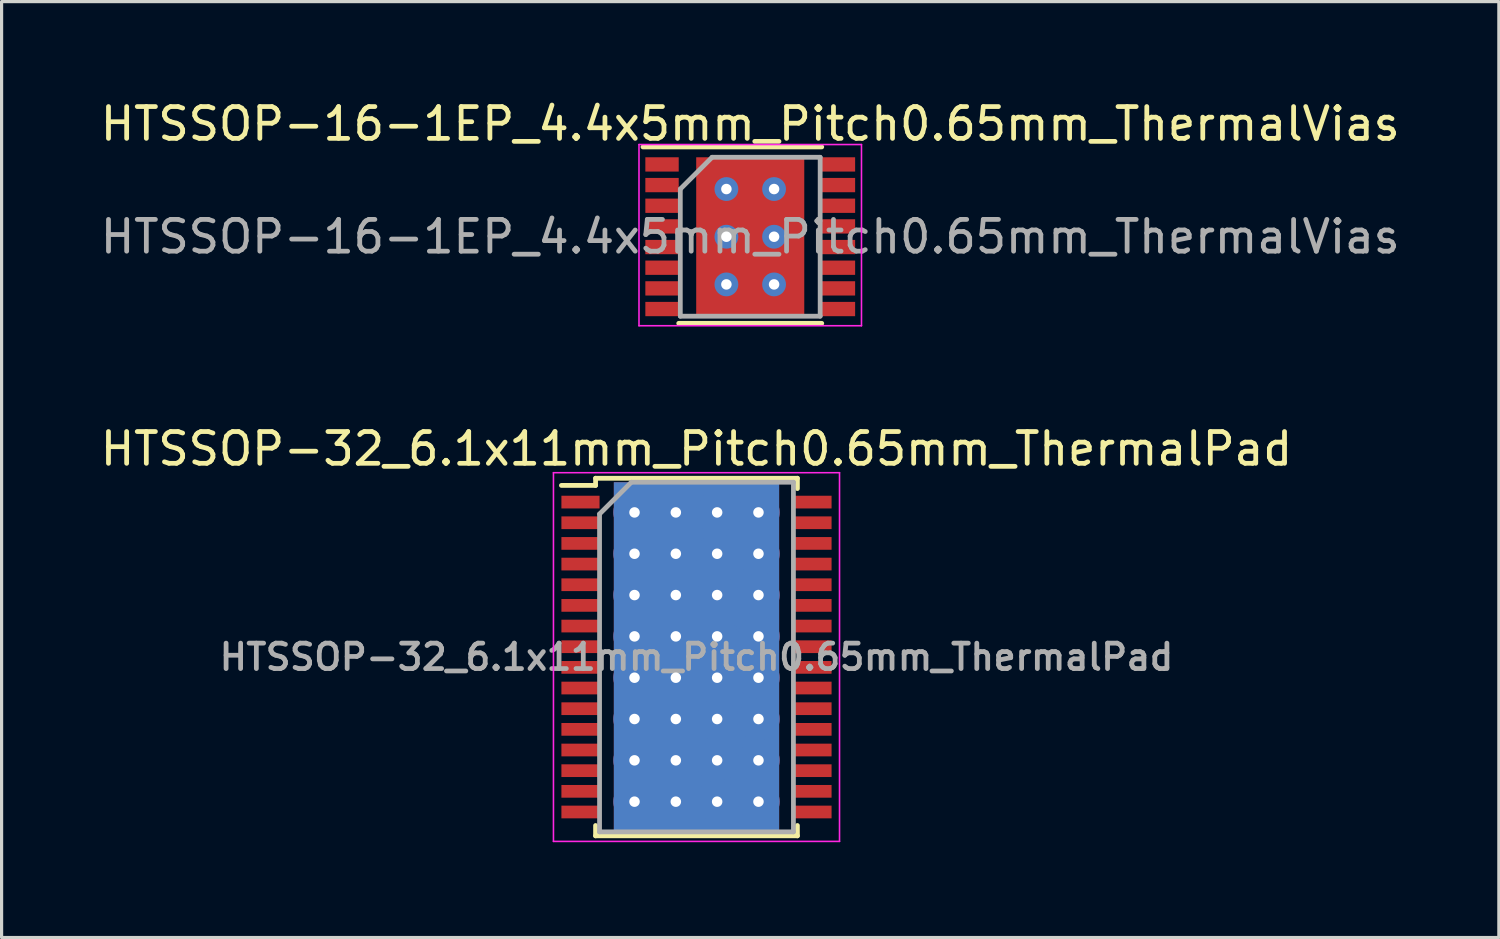
<source format=kicad_pcb>
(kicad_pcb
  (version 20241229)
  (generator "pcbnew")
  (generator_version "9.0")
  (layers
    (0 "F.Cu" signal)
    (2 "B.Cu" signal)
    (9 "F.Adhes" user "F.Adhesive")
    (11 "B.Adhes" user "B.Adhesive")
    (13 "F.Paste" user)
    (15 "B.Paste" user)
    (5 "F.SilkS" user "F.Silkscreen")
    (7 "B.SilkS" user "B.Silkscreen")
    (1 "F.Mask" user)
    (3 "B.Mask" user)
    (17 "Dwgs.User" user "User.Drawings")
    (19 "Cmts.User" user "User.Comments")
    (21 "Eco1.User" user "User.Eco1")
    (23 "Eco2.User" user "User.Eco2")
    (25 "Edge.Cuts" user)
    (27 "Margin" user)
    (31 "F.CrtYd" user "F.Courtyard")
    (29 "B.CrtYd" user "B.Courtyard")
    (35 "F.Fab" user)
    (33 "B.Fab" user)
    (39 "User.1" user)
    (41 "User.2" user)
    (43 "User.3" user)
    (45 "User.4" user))
  (footprint "HTSSOP-32_6.1x11mm_Pitch0.65mm_ThermalPad"
    (layer "F.Cu")
    (at 18.863 17.622)
    (property "Reference" "HTSSOP-32_6.1x11mm_Pitch0.65mm_ThermalPad" (at 0 -6.55 0) (layer "F.SilkS") (effects (font (size 1 1) (thickness 0.15))))
    (attr smd)
    (fp_line (start -4.25 -5.4) (end -3.175 -5.4) (stroke (width 0.15) (type solid)) (layer "F.SilkS"))
    (fp_line (start -3.175 -5.625) (end 3.175 -5.625) (stroke (width 0.15) (type solid)) (layer "F.SilkS"))
    (fp_line (start -3.175 -5.4) (end -3.175 -5.625) (stroke (width 0.15) (type solid)) (layer "F.SilkS"))
    (fp_line (start -3.175 5.3) (end -3.175 5.625) (stroke (width 0.15) (type solid)) (layer "F.SilkS"))
    (fp_line (start -3.175 5.625) (end 3.175 5.625) (stroke (width 0.15) (type solid)) (layer "F.SilkS"))
    (fp_line (start 3.175 -5.625) (end 3.175 -5.3) (stroke (width 0.15) (type solid)) (layer "F.SilkS"))
    (fp_line (start 3.175 5.625) (end 3.175 5.3) (stroke (width 0.15) (type solid)) (layer "F.SilkS"))
    (fp_line (start -4.5 -5.8) (end -4.5 5.8) (stroke (width 0.05) (type solid)) (layer "F.CrtYd"))
    (fp_line (start -4.5 5.8) (end 4.5 5.8) (stroke (width 0.05) (type solid)) (layer "F.CrtYd"))
    (fp_line (start 4.5 -5.8) (end -4.5 -5.8) (stroke (width 0.05) (type solid)) (layer "F.CrtYd"))
    (fp_line (start 4.5 5.8) (end 4.5 -5.8) (stroke (width 0.05) (type solid)) (layer "F.CrtYd"))
    (fp_line (start -3.05 -4.5) (end -2.05 -5.5) (stroke (width 0.15) (type solid)) (layer "F.Fab"))
    (fp_line (start -3.05 5.5) (end -3.05 -4.5) (stroke (width 0.15) (type solid)) (layer "F.Fab"))
    (fp_line (start -2.05 -5.5) (end 3.05 -5.5) (stroke (width 0.15) (type solid)) (layer "F.Fab"))
    (fp_line (start 3.05 -5.5) (end 3.05 5.5) (stroke (width 0.15) (type solid)) (layer "F.Fab"))
    (fp_line (start 3.05 5.5) (end -3.05 5.5) (stroke (width 0.15) (type solid)) (layer "F.Fab"))
    (fp_text user "${REFERENCE}" (at 0 0 0) (layer "F.Fab") (effects (font (size 0.8 0.8) (thickness 0.15))))
    (pad "1" smd rect (at -3.65 -4.875) (size 1.2 0.4) (layers "F.Cu" "F.Mask" "F.Paste"))
    (pad "2" smd rect (at -3.65 -4.225) (size 1.2 0.4) (layers "F.Cu" "F.Mask" "F.Paste"))
    (pad "3" smd rect (at -3.65 -3.575) (size 1.2 0.4) (layers "F.Cu" "F.Mask" "F.Paste"))
    (pad "4" smd rect (at -3.65 -2.925) (size 1.2 0.4) (layers "F.Cu" "F.Mask" "F.Paste"))
    (pad "5" smd rect (at -3.65 -2.275) (size 1.2 0.4) (layers "F.Cu" "F.Mask" "F.Paste"))
    (pad "6" smd rect (at -3.65 -1.625) (size 1.2 0.4) (layers "F.Cu" "F.Mask" "F.Paste"))
    (pad "7" smd rect (at -3.65 -0.975) (size 1.2 0.4) (layers "F.Cu" "F.Mask" "F.Paste"))
    (pad "8" smd rect (at -3.65 -0.325) (size 1.2 0.4) (layers "F.Cu" "F.Mask" "F.Paste"))
    (pad "9" smd rect (at -3.65 0.325) (size 1.2 0.4) (layers "F.Cu" "F.Mask" "F.Paste"))
    (pad "10" smd rect (at -3.65 0.975) (size 1.2 0.4) (layers "F.Cu" "F.Mask" "F.Paste"))
    (pad "11" smd rect (at -3.65 1.625) (size 1.2 0.4) (layers "F.Cu" "F.Mask" "F.Paste"))
    (pad "12" smd rect (at -3.65 2.275) (size 1.2 0.4) (layers "F.Cu" "F.Mask" "F.Paste"))
    (pad "13" smd rect (at -3.65 2.925) (size 1.2 0.4) (layers "F.Cu" "F.Mask" "F.Paste"))
    (pad "14" smd rect (at -3.65 3.575) (size 1.2 0.4) (layers "F.Cu" "F.Mask" "F.Paste"))
    (pad "15" smd rect (at -3.65 4.225) (size 1.2 0.4) (layers "F.Cu" "F.Mask" "F.Paste"))
    (pad "16" smd rect (at -3.65 4.875) (size 1.2 0.4) (layers "F.Cu" "F.Mask" "F.Paste"))
    (pad "17" smd rect (at 3.65 4.875) (size 1.2 0.4) (layers "F.Cu" "F.Mask" "F.Paste"))
    (pad "18" smd rect (at 3.65 4.225) (size 1.2 0.4) (layers "F.Cu" "F.Mask" "F.Paste"))
    (pad "19" smd rect (at 3.65 3.575) (size 1.2 0.4) (layers "F.Cu" "F.Mask" "F.Paste"))
    (pad "20" smd rect (at 3.65 2.925) (size 1.2 0.4) (layers "F.Cu" "F.Mask" "F.Paste"))
    (pad "21" smd rect (at 3.65 2.275) (size 1.2 0.4) (layers "F.Cu" "F.Mask" "F.Paste"))
    (pad "22" smd rect (at 3.65 1.625) (size 1.2 0.4) (layers "F.Cu" "F.Mask" "F.Paste"))
    (pad "23" smd rect (at 3.65 0.975) (size 1.2 0.4) (layers "F.Cu" "F.Mask" "F.Paste"))
    (pad "24" smd rect (at 3.65 0.325) (size 1.2 0.4) (layers "F.Cu" "F.Mask" "F.Paste"))
    (pad "25" smd rect (at 3.65 -0.325) (size 1.2 0.4) (layers "F.Cu" "F.Mask" "F.Paste"))
    (pad "26" smd rect (at 3.65 -0.975) (size 1.2 0.4) (layers "F.Cu" "F.Mask" "F.Paste"))
    (pad "27" smd rect (at 3.65 -1.625) (size 1.2 0.4) (layers "F.Cu" "F.Mask" "F.Paste"))
    (pad "28" smd rect (at 3.65 -2.275) (size 1.2 0.4) (layers "F.Cu" "F.Mask" "F.Paste"))
    (pad "29" smd rect (at 3.65 -2.925) (size 1.2 0.4) (layers "F.Cu" "F.Mask" "F.Paste"))
    (pad "30" smd rect (at 3.65 -3.575) (size 1.2 0.4) (layers "F.Cu" "F.Mask" "F.Paste"))
    (pad "31" smd rect (at 3.65 -4.225) (size 1.2 0.4) (layers "F.Cu" "F.Mask" "F.Paste"))
    (pad "32" smd rect (at 3.65 -4.875) (size 1.2 0.4) (layers "F.Cu" "F.Mask" "F.Paste"))
    (pad "33" thru_hole circle (at -1.95 -4.55) (size 1.33 1.33) (drill 0.33) (layers "*.Cu"))
    (pad "33" thru_hole circle (at -1.95 -3.25) (size 1.33 1.33) (drill 0.33) (layers "*.Cu"))
    (pad "33" thru_hole circle (at -1.95 -1.95) (size 1.33 1.33) (drill 0.33) (layers "*.Cu"))
    (pad "33" thru_hole circle (at -1.95 -0.65) (size 1.33 1.33) (drill 0.33) (layers "*.Cu"))
    (pad "33" thru_hole circle (at -1.95 0.65) (size 1.33 1.33) (drill 0.33) (layers "*.Cu"))
    (pad "33" thru_hole circle (at -1.95 1.95) (size 1.33 1.33) (drill 0.33) (layers "*.Cu"))
    (pad "33" thru_hole circle (at -1.95 3.25) (size 1.33 1.33) (drill 0.33) (layers "*.Cu"))
    (pad "33" thru_hole circle (at -1.95 4.55) (size 1.33 1.33) (drill 0.33) (layers "*.Cu"))
    (pad "33" thru_hole circle (at -0.65 -4.55) (size 1.33 1.33) (drill 0.33) (layers "*.Cu"))
    (pad "33" thru_hole circle (at -0.65 -3.25) (size 1.33 1.33) (drill 0.33) (layers "*.Cu"))
    (pad "33" thru_hole circle (at -0.65 -1.95) (size 1.33 1.33) (drill 0.33) (layers "*.Cu"))
    (pad "33" thru_hole circle (at -0.65 -0.65) (size 1.33 1.33) (drill 0.33) (layers "*.Cu"))
    (pad "33" thru_hole circle (at -0.65 0.65) (size 1.33 1.33) (drill 0.33) (layers "*.Cu"))
    (pad "33" thru_hole circle (at -0.65 1.95) (size 1.33 1.33) (drill 0.33) (layers "*.Cu"))
    (pad "33" thru_hole circle (at -0.65 3.25) (size 1.33 1.33) (drill 0.33) (layers "*.Cu"))
    (pad "33" thru_hole circle (at -0.65 4.55) (size 1.33 1.33) (drill 0.33) (layers "*.Cu"))
    (pad "33" smd rect (at 0 0) (size 4.11 4.36) (layers "F.Cu" "F.Mask" "F.Paste"))
    (pad "33" smd rect (at 0 0) (size 5.2 11) (layers "*.Cu"))
    (pad "33" thru_hole circle (at 0.65 -4.55) (size 1.33 1.33) (drill 0.33) (layers "*.Cu"))
    (pad "33" thru_hole circle (at 0.65 -3.25) (size 1.33 1.33) (drill 0.33) (layers "*.Cu"))
    (pad "33" thru_hole circle (at 0.65 -1.95) (size 1.33 1.33) (drill 0.33) (layers "*.Cu"))
    (pad "33" thru_hole circle (at 0.65 -0.65) (size 1.33 1.33) (drill 0.33) (layers "*.Cu"))
    (pad "33" thru_hole circle (at 0.65 0.65) (size 1.33 1.33) (drill 0.33) (layers "*.Cu"))
    (pad "33" thru_hole circle (at 0.65 1.95) (size 1.33 1.33) (drill 0.33) (layers "*.Cu"))
    (pad "33" thru_hole circle (at 0.65 3.25) (size 1.33 1.33) (drill 0.33) (layers "*.Cu"))
    (pad "33" thru_hole circle (at 0.65 4.55) (size 1.33 1.33) (drill 0.33) (layers "*.Cu"))
    (pad "33" thru_hole circle (at 1.95 -4.55) (size 1.33 1.33) (drill 0.33) (layers "*.Cu"))
    (pad "33" thru_hole circle (at 1.95 -3.25) (size 1.33 1.33) (drill 0.33) (layers "*.Cu"))
    (pad "33" thru_hole circle (at 1.95 -1.95) (size 1.33 1.33) (drill 0.33) (layers "*.Cu"))
    (pad "33" thru_hole circle (at 1.95 -0.65) (size 1.33 1.33) (drill 0.33) (layers "*.Cu"))
    (pad "33" thru_hole circle (at 1.95 0.65) (size 1.33 1.33) (drill 0.33) (layers "*.Cu"))
    (pad "33" thru_hole circle (at 1.95 1.95) (size 1.33 1.33) (drill 0.33) (layers "*.Cu"))
    (pad "33" thru_hole circle (at 1.95 3.25) (size 1.33 1.33) (drill 0.33) (layers "*.Cu"))
    (pad "33" thru_hole circle (at 1.95 4.55) (size 1.33 1.33) (drill 0.33) (layers "*.Cu")))
  (footprint "HTSSOP-16-1EP_4.4x5mm_Pitch0.65mm_ThermalVias"
    (layer "F.Cu")
    (at 20.554 4.398)
    (property "Reference" "HTSSOP-16-1EP_4.4x5mm_Pitch0.65mm_ThermalVias" (at 0 -3.55 0) (layer "F.SilkS") (effects (font (size 1 1) (thickness 0.15))))
    (attr smd)
    (fp_line (start -3.375 -2.825) (end 2.25 -2.825) (stroke (width 0.15) (type solid)) (layer "F.SilkS"))
    (fp_line (start -2.25 2.725) (end 2.25 2.725) (stroke (width 0.15) (type solid)) (layer "F.SilkS"))
    (fp_line (start -3.5 -2.9) (end -3.5 2.8) (stroke (width 0.05) (type solid)) (layer "F.CrtYd"))
    (fp_line (start -3.5 -2.9) (end 3.5 -2.9) (stroke (width 0.05) (type solid)) (layer "F.CrtYd"))
    (fp_line (start -3.5 2.8) (end 3.5 2.8) (stroke (width 0.05) (type solid)) (layer "F.CrtYd"))
    (fp_line (start 3.5 -2.9) (end 3.5 2.8) (stroke (width 0.05) (type solid)) (layer "F.CrtYd"))
    (fp_line (start -2.2 -1.5) (end -1.2 -2.5) (stroke (width 0.15) (type solid)) (layer "F.Fab"))
    (fp_line (start -2.2 2.5) (end -2.2 -1.5) (stroke (width 0.15) (type solid)) (layer "F.Fab"))
    (fp_line (start -1.2 -2.5) (end 2.2 -2.5) (stroke (width 0.15) (type solid)) (layer "F.Fab"))
    (fp_line (start 2.2 -2.5) (end 2.2 2.5) (stroke (width 0.15) (type solid)) (layer "F.Fab"))
    (fp_line (start 2.2 2.5) (end -2.2 2.5) (stroke (width 0.15) (type solid)) (layer "F.Fab"))
    (fp_text user "${REFERENCE}" (at 0 0 0) (layer "F.Fab") (effects (font (size 1 1) (thickness 0.15))))
    (pad "1" smd rect (at -2.775 -2.275) (size 1.05 0.45) (layers "F.Cu" "F.Mask" "F.Paste"))
    (pad "2" smd rect (at -2.775 -1.625) (size 1.05 0.45) (layers "F.Cu" "F.Mask" "F.Paste"))
    (pad "3" smd rect (at -2.775 -0.975) (size 1.05 0.45) (layers "F.Cu" "F.Mask" "F.Paste"))
    (pad "4" smd rect (at -2.775 -0.325) (size 1.05 0.45) (layers "F.Cu" "F.Mask" "F.Paste"))
    (pad "5" smd rect (at -2.775 0.325) (size 1.05 0.45) (layers "F.Cu" "F.Mask" "F.Paste"))
    (pad "6" smd rect (at -2.775 0.975) (size 1.05 0.45) (layers "F.Cu" "F.Mask" "F.Paste"))
    (pad "7" smd rect (at -2.775 1.625) (size 1.05 0.45) (layers "F.Cu" "F.Mask" "F.Paste"))
    (pad "8" smd rect (at -2.775 2.275) (size 1.05 0.45) (layers "F.Cu" "F.Mask" "F.Paste"))
    (pad "9" smd rect (at 2.775 2.275) (size 1.05 0.45) (layers "F.Cu" "F.Mask" "F.Paste"))
    (pad "10" smd rect (at 2.775 1.625) (size 1.05 0.45) (layers "F.Cu" "F.Mask" "F.Paste"))
    (pad "11" smd rect (at 2.775 0.975) (size 1.05 0.45) (layers "F.Cu" "F.Mask" "F.Paste"))
    (pad "12" smd rect (at 2.775 0.325) (size 1.05 0.45) (layers "F.Cu" "F.Mask" "F.Paste"))
    (pad "13" smd rect (at 2.775 -0.325) (size 1.05 0.45) (layers "F.Cu" "F.Mask" "F.Paste"))
    (pad "14" smd rect (at 2.775 -0.975) (size 1.05 0.45) (layers "F.Cu" "F.Mask" "F.Paste"))
    (pad "15" smd rect (at 2.775 -1.625) (size 1.05 0.45) (layers "F.Cu" "F.Mask" "F.Paste"))
    (pad "16" smd rect (at 2.775 -2.275) (size 1.05 0.45) (layers "F.Cu" "F.Mask" "F.Paste"))
    (pad "17" thru_hole circle (at -0.75 -1.5) (size 0.75 0.75) (drill 0.33) (layers "*.Cu" "*.Mask"))
    (pad "17" thru_hole circle (at -0.75 0) (size 0.75 0.75) (drill 0.33) (layers "*.Cu" "*.Mask"))
    (pad "17" thru_hole circle (at -0.75 1.5) (size 0.75 0.75) (drill 0.33) (layers "*.Cu" "*.Mask"))
    (pad "17" smd rect (at 0 0) (size 3.4 5) (layers "F.Cu" "F.Mask" "F.Paste"))
    (pad "17" thru_hole circle (at 0.75 -1.5) (size 0.75 0.75) (drill 0.33) (layers "*.Cu" "*.Mask"))
    (pad "17" thru_hole circle (at 0.75 0) (size 0.75 0.75) (drill 0.33) (layers "*.Cu" "*.Mask"))
    (pad "17" thru_hole circle (at 0.75 1.5) (size 0.75 0.75) (drill 0.33) (layers "*.Cu" "*.Mask")))
  (gr_rect
    (start -3 -3)
    (end 44.107 26.447)
    (stroke (width 0.1) (type default))
    (fill no)
    (layer "Edge.Cuts")))
</source>
